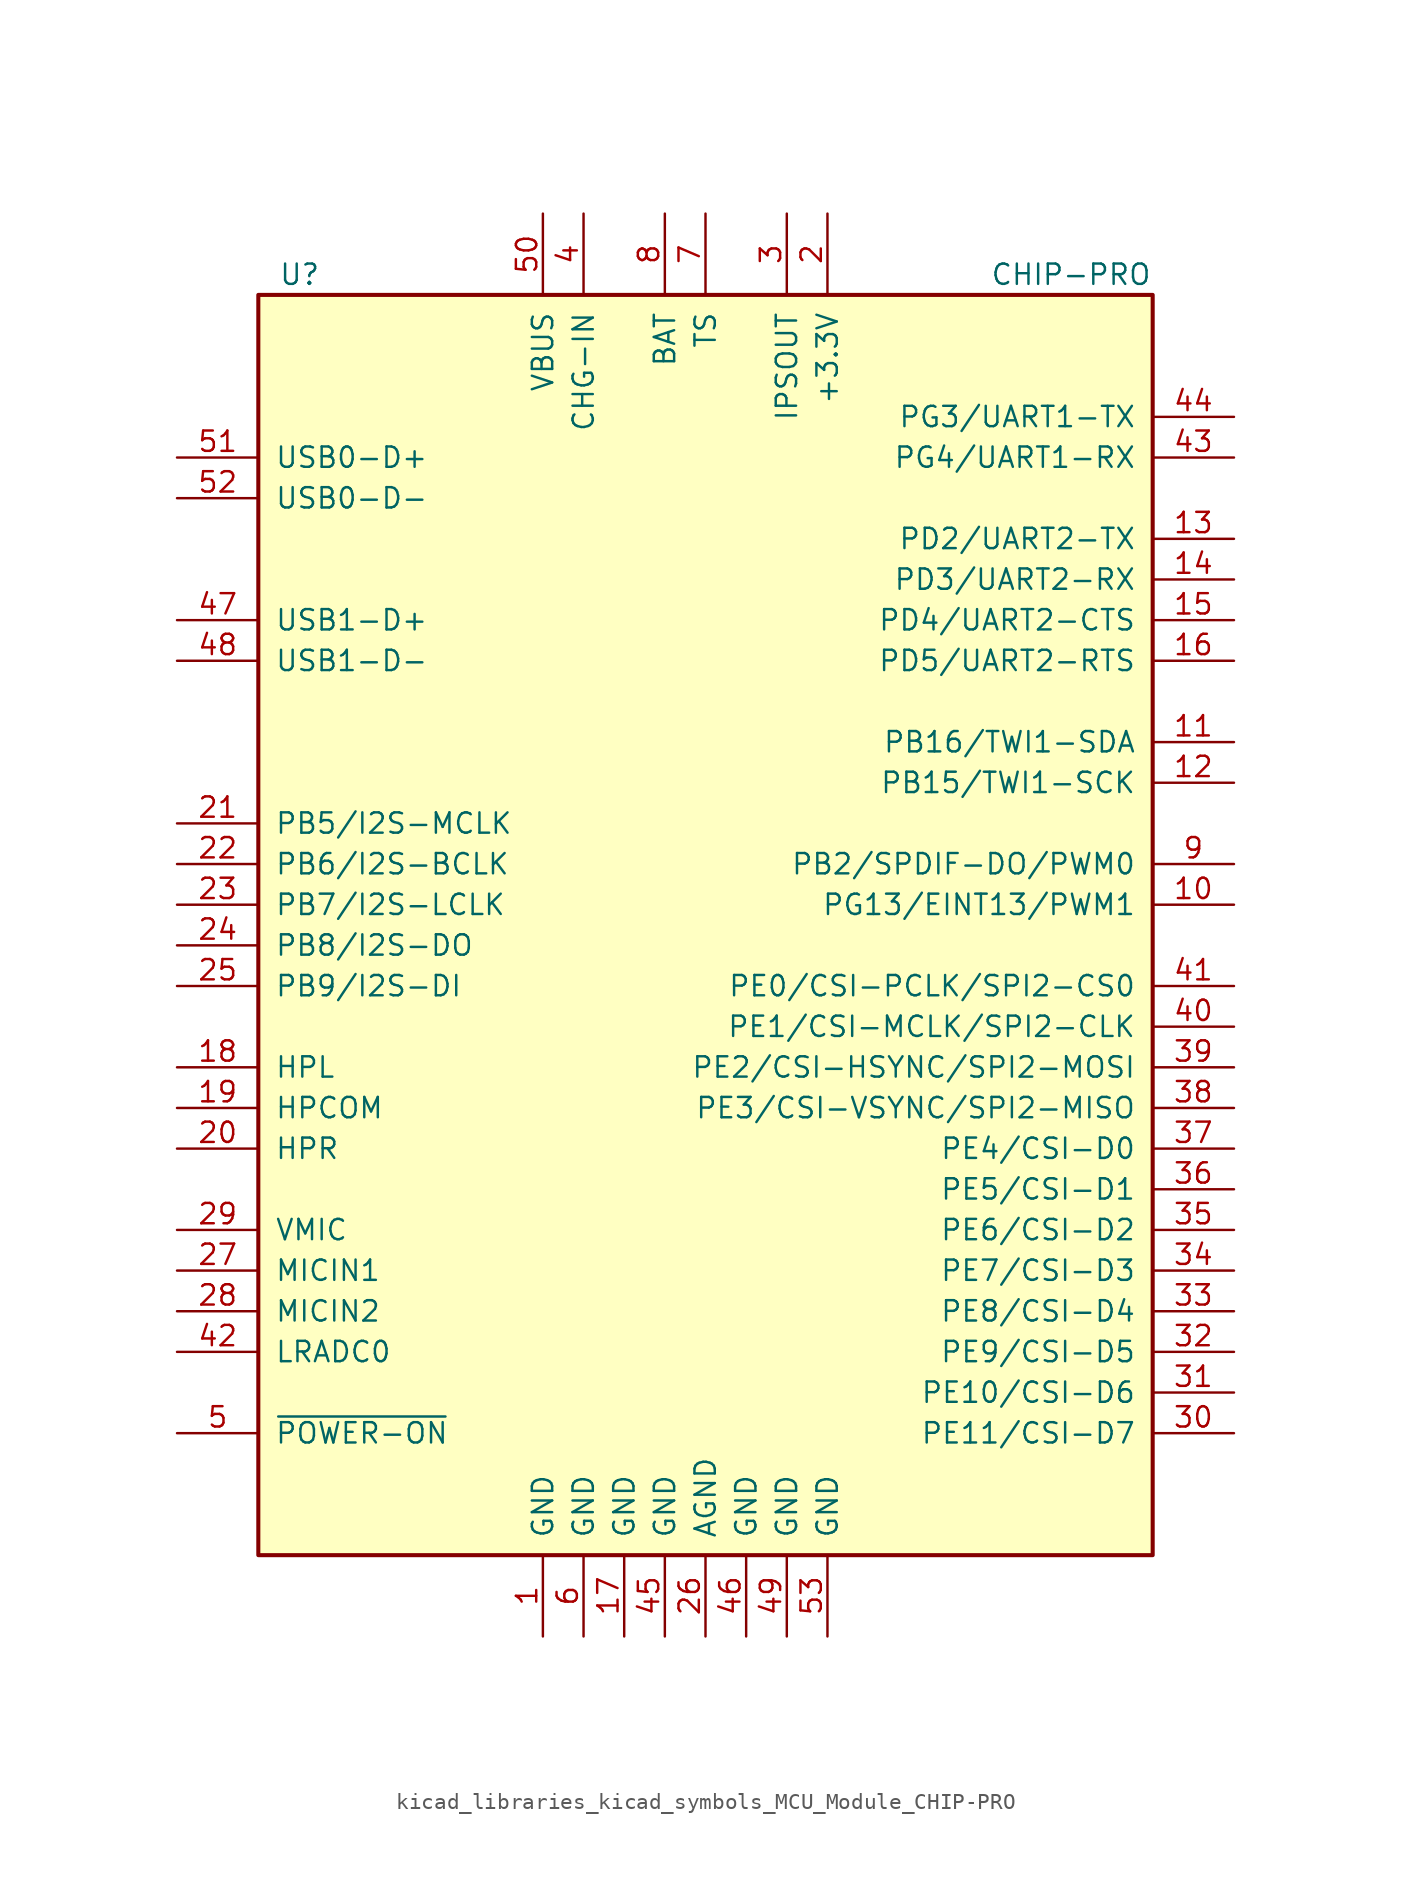
<source format=kicad_sym>
(kicad_symbol_lib
  (version 20220914)
  (generator kicad_symbol_editor)
  (symbol "kicad_libraries_kicad_symbols_MCU_Module_CHIP-PRO"
    (pin_names
      (offset 1.016))
    (property "Reference" "U"
      (at -26.67 39.37 0)
      (effects (font (size 1.27 1.27)) (justify left)))
    (property "Value" "CHIP-PRO"
      (at 17.78 39.37 0)
      (effects (font (size 1.27 1.27)) (justify left)))
    (symbol "kicad_libraries_kicad_symbols_MCU_Module_CHIP-PRO_0_1"
      (rectangle (start -27.94 38.1) (end 27.94 -40.64) (stroke (width 0.254) (type default)) (fill (type background))))
    (symbol "kicad_libraries_kicad_symbols_MCU_Module_CHIP-PRO_1_1"
      (pin power_in line (at -10.16 -45.72 90) (length 5.08) (name "GND" (effects (font (size 1.27 1.27)))) (number "1" (effects (font (size 1.27 1.27)))))
      (pin bidirectional line (at 33.02 0 180) (length 5.08) (name "PG13/EINT13/PWM1" (effects (font (size 1.27 1.27)))) (number "10" (effects (font (size 1.27 1.27)))))
      (pin bidirectional line (at 33.02 10.16 180) (length 5.08) (name "PB16/TWI1-SDA" (effects (font (size 1.27 1.27)))) (number "11" (effects (font (size 1.27 1.27)))))
      (pin bidirectional line (at 33.02 7.62 180) (length 5.08) (name "PB15/TWI1-SCK" (effects (font (size 1.27 1.27)))) (number "12" (effects (font (size 1.27 1.27)))))
      (pin bidirectional line (at 33.02 22.86 180) (length 5.08) (name "PD2/UART2-TX" (effects (font (size 1.27 1.27)))) (number "13" (effects (font (size 1.27 1.27)))))
      (pin bidirectional line (at 33.02 20.32 180) (length 5.08) (name "PD3/UART2-RX" (effects (font (size 1.27 1.27)))) (number "14" (effects (font (size 1.27 1.27)))))
      (pin bidirectional line (at 33.02 17.78 180) (length 5.08) (name "PD4/UART2-CTS" (effects (font (size 1.27 1.27)))) (number "15" (effects (font (size 1.27 1.27)))))
      (pin bidirectional line (at 33.02 15.24 180) (length 5.08) (name "PD5/UART2-RTS" (effects (font (size 1.27 1.27)))) (number "16" (effects (font (size 1.27 1.27)))))
      (pin power_in line (at -5.08 -45.72 90) (length 5.08) (name "GND" (effects (font (size 1.27 1.27)))) (number "17" (effects (font (size 1.27 1.27)))))
      (pin output line (at -33.02 -10.16 0) (length 5.08) (name "HPL" (effects (font (size 1.27 1.27)))) (number "18" (effects (font (size 1.27 1.27)))))
      (pin output line (at -33.02 -12.7 0) (length 5.08) (name "HPCOM" (effects (font (size 1.27 1.27)))) (number "19" (effects (font (size 1.27 1.27)))))
      (pin power_out line (at 7.62 43.18 270) (length 5.08) (name "+3.3V" (effects (font (size 1.27 1.27)))) (number "2" (effects (font (size 1.27 1.27)))))
      (pin output line (at -33.02 -15.24 0) (length 5.08) (name "HPR" (effects (font (size 1.27 1.27)))) (number "20" (effects (font (size 1.27 1.27)))))
      (pin bidirectional line (at -33.02 5.08 0) (length 5.08) (name "PB5/I2S-MCLK" (effects (font (size 1.27 1.27)))) (number "21" (effects (font (size 1.27 1.27)))))
      (pin bidirectional line (at -33.02 2.54 0) (length 5.08) (name "PB6/I2S-BCLK" (effects (font (size 1.27 1.27)))) (number "22" (effects (font (size 1.27 1.27)))))
      (pin bidirectional line (at -33.02 0 0) (length 5.08) (name "PB7/I2S-LCLK" (effects (font (size 1.27 1.27)))) (number "23" (effects (font (size 1.27 1.27)))))
      (pin bidirectional line (at -33.02 -2.54 0) (length 5.08) (name "PB8/I2S-DO" (effects (font (size 1.27 1.27)))) (number "24" (effects (font (size 1.27 1.27)))))
      (pin bidirectional line (at -33.02 -5.08 0) (length 5.08) (name "PB9/I2S-DI" (effects (font (size 1.27 1.27)))) (number "25" (effects (font (size 1.27 1.27)))))
      (pin power_in line (at 0 -45.72 90) (length 5.08) (name "AGND" (effects (font (size 1.27 1.27)))) (number "26" (effects (font (size 1.27 1.27)))))
      (pin input line (at -33.02 -22.86 0) (length 5.08) (name "MICIN1" (effects (font (size 1.27 1.27)))) (number "27" (effects (font (size 1.27 1.27)))))
      (pin input line (at -33.02 -25.4 0) (length 5.08) (name "MICIN2" (effects (font (size 1.27 1.27)))) (number "28" (effects (font (size 1.27 1.27)))))
      (pin unspecified line (at -33.02 -20.32 0) (length 5.08) (name "VMIC" (effects (font (size 1.27 1.27)))) (number "29" (effects (font (size 1.27 1.27)))))
      (pin power_out line (at 5.08 43.18 270) (length 5.08) (name "IPSOUT" (effects (font (size 1.27 1.27)))) (number "3" (effects (font (size 1.27 1.27)))))
      (pin bidirectional line (at 33.02 -33.02 180) (length 5.08) (name "PE11/CSI-D7" (effects (font (size 1.27 1.27)))) (number "30" (effects (font (size 1.27 1.27)))))
      (pin bidirectional line (at 33.02 -30.48 180) (length 5.08) (name "PE10/CSI-D6" (effects (font (size 1.27 1.27)))) (number "31" (effects (font (size 1.27 1.27)))))
      (pin bidirectional line (at 33.02 -27.94 180) (length 5.08) (name "PE9/CSI-D5" (effects (font (size 1.27 1.27)))) (number "32" (effects (font (size 1.27 1.27)))))
      (pin bidirectional line (at 33.02 -25.4 180) (length 5.08) (name "PE8/CSI-D4" (effects (font (size 1.27 1.27)))) (number "33" (effects (font (size 1.27 1.27)))))
      (pin bidirectional line (at 33.02 -22.86 180) (length 5.08) (name "PE7/CSI-D3" (effects (font (size 1.27 1.27)))) (number "34" (effects (font (size 1.27 1.27)))))
      (pin bidirectional line (at 33.02 -20.32 180) (length 5.08) (name "PE6/CSI-D2" (effects (font (size 1.27 1.27)))) (number "35" (effects (font (size 1.27 1.27)))))
      (pin bidirectional line (at 33.02 -17.78 180) (length 5.08) (name "PE5/CSI-D1" (effects (font (size 1.27 1.27)))) (number "36" (effects (font (size 1.27 1.27)))))
      (pin bidirectional line (at 33.02 -15.24 180) (length 5.08) (name "PE4/CSI-D0" (effects (font (size 1.27 1.27)))) (number "37" (effects (font (size 1.27 1.27)))))
      (pin bidirectional line (at 33.02 -12.7 180) (length 5.08) (name "PE3/CSI-VSYNC/SPI2-MISO" (effects (font (size 1.27 1.27)))) (number "38" (effects (font (size 1.27 1.27)))))
      (pin bidirectional line (at 33.02 -10.16 180) (length 5.08) (name "PE2/CSI-HSYNC/SPI2-MOSI" (effects (font (size 1.27 1.27)))) (number "39" (effects (font (size 1.27 1.27)))))
      (pin power_in line (at -7.62 43.18 270) (length 5.08) (name "CHG-IN" (effects (font (size 1.27 1.27)))) (number "4" (effects (font (size 1.27 1.27)))))
      (pin bidirectional line (at 33.02 -7.62 180) (length 5.08) (name "PE1/CSI-MCLK/SPI2-CLK" (effects (font (size 1.27 1.27)))) (number "40" (effects (font (size 1.27 1.27)))))
      (pin bidirectional line (at 33.02 -5.08 180) (length 5.08) (name "PE0/CSI-PCLK/SPI2-CS0" (effects (font (size 1.27 1.27)))) (number "41" (effects (font (size 1.27 1.27)))))
      (pin power_out line (at -33.02 -27.94 0) (length 5.08) (name "LRADC0" (effects (font (size 1.27 1.27)))) (number "42" (effects (font (size 1.27 1.27)))))
      (pin input line (at 33.02 27.94 180) (length 5.08) (name "PG4/UART1-RX" (effects (font (size 1.27 1.27)))) (number "43" (effects (font (size 1.27 1.27)))))
      (pin bidirectional line (at 33.02 30.48 180) (length 5.08) (name "PG3/UART1-TX" (effects (font (size 1.27 1.27)))) (number "44" (effects (font (size 1.27 1.27)))))
      (pin power_in line (at -2.54 -45.72 90) (length 5.08) (name "GND" (effects (font (size 1.27 1.27)))) (number "45" (effects (font (size 1.27 1.27)))))
      (pin power_in line (at 2.54 -45.72 90) (length 5.08) (name "GND" (effects (font (size 1.27 1.27)))) (number "46" (effects (font (size 1.27 1.27)))))
      (pin bidirectional line (at -33.02 17.78 0) (length 5.08) (name "USB1-D+" (effects (font (size 1.27 1.27)))) (number "47" (effects (font (size 1.27 1.27)))))
      (pin bidirectional line (at -33.02 15.24 0) (length 5.08) (name "USB1-D-" (effects (font (size 1.27 1.27)))) (number "48" (effects (font (size 1.27 1.27)))))
      (pin power_in line (at 5.08 -45.72 90) (length 5.08) (name "GND" (effects (font (size 1.27 1.27)))) (number "49" (effects (font (size 1.27 1.27)))))
      (pin input line (at -33.02 -33.02 0) (length 5.08) (name "~{POWER-ON}" (effects (font (size 1.27 1.27)))) (number "5" (effects (font (size 1.27 1.27)))))
      (pin power_in line (at -10.16 43.18 270) (length 5.08) (name "VBUS" (effects (font (size 1.27 1.27)))) (number "50" (effects (font (size 1.27 1.27)))))
      (pin bidirectional line (at -33.02 27.94 0) (length 5.08) (name "USB0-D+" (effects (font (size 1.27 1.27)))) (number "51" (effects (font (size 1.27 1.27)))))
      (pin bidirectional line (at -33.02 25.4 0) (length 5.08) (name "USB0-D-" (effects (font (size 1.27 1.27)))) (number "52" (effects (font (size 1.27 1.27)))))
      (pin power_in line (at 7.62 -45.72 90) (length 5.08) (name "GND" (effects (font (size 1.27 1.27)))) (number "53" (effects (font (size 1.27 1.27)))))
      (pin power_in line (at -7.62 -45.72 90) (length 5.08) (name "GND" (effects (font (size 1.27 1.27)))) (number "6" (effects (font (size 1.27 1.27)))))
      (pin input line (at 0 43.18 270) (length 5.08) (name "TS" (effects (font (size 1.27 1.27)))) (number "7" (effects (font (size 1.27 1.27)))))
      (pin power_in line (at -2.54 43.18 270) (length 5.08) (name "BAT" (effects (font (size 1.27 1.27)))) (number "8" (effects (font (size 1.27 1.27)))))
      (pin bidirectional line (at 33.02 2.54 180) (length 5.08) (name "PB2/SPDIF-DO/PWM0" (effects (font (size 1.27 1.27)))) (number "9" (effects (font (size 1.27 1.27))))))))
</source>
